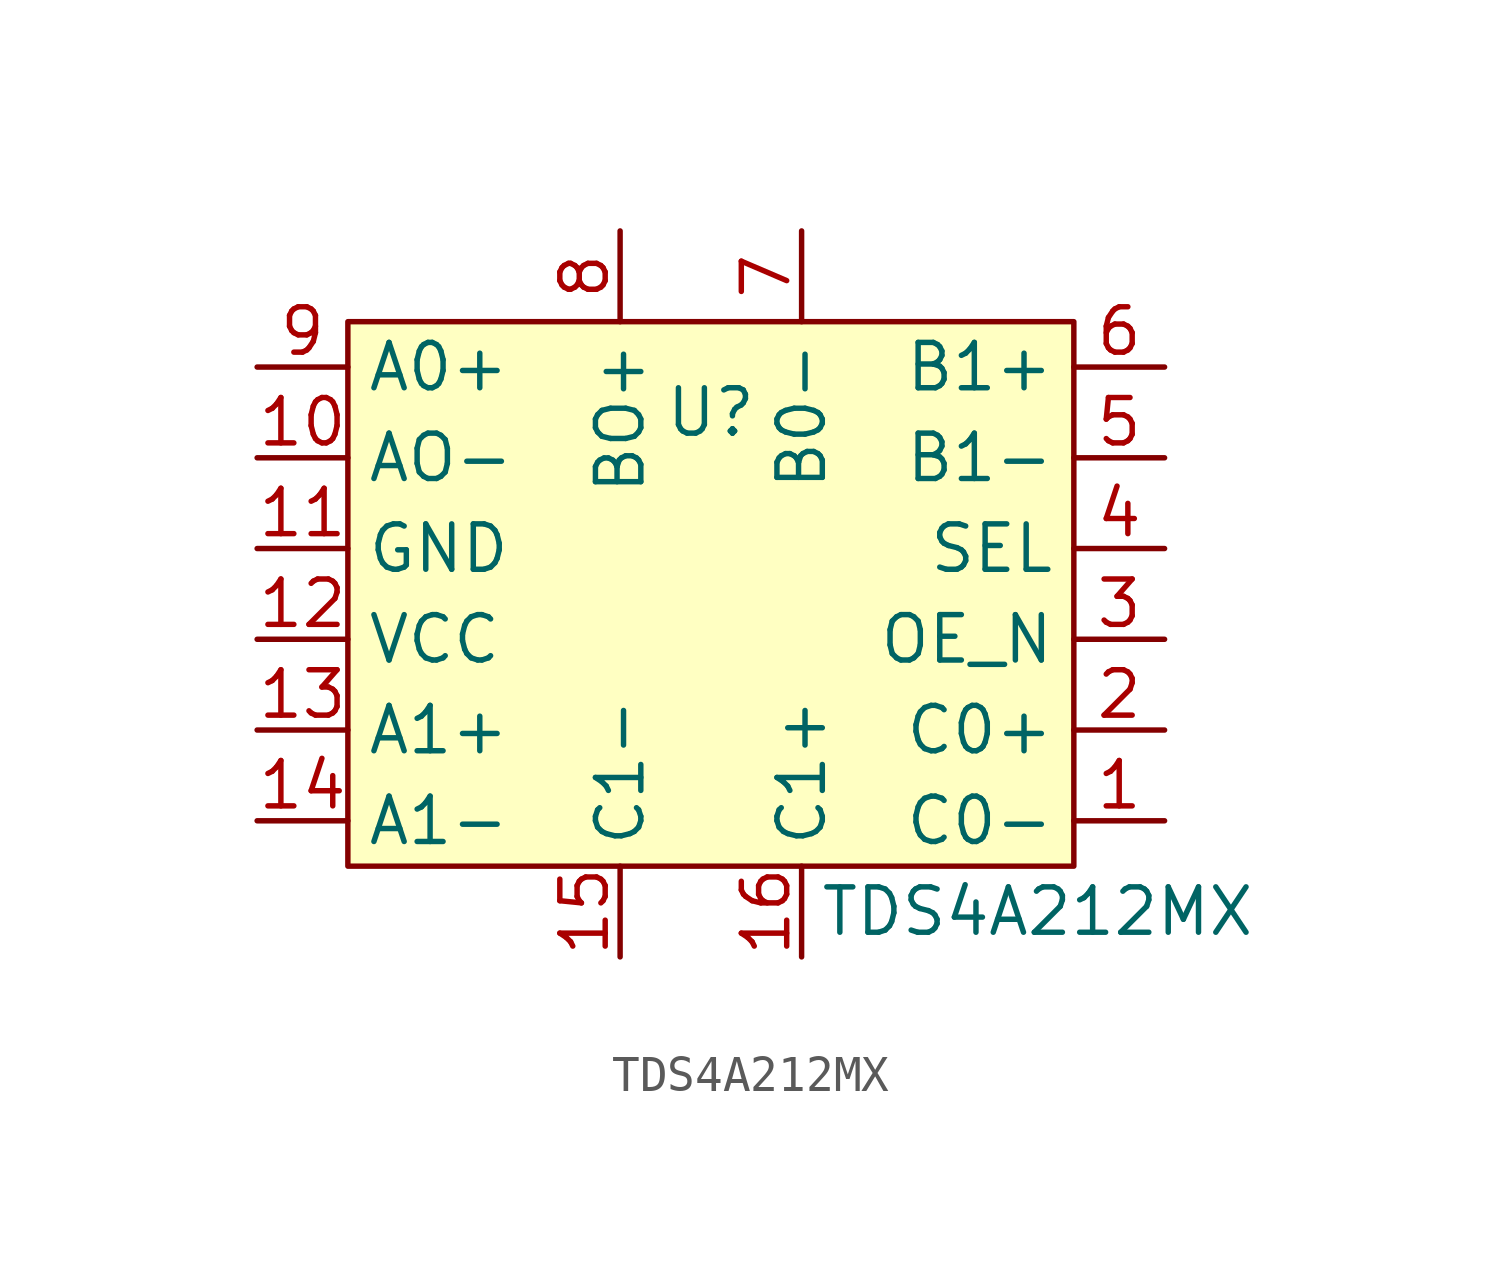
<source format=kicad_sym>
(kicad_symbol_lib
  (version 20241209)
  (generator "kicad_symbol_editor")
  (generator_version "9.0")
  (symbol "TDS4A212MX"
    (property "Reference" "U"
      (at 0 5.08 0)
      (effects (font (size 1.27 1.27))))
    (property "Value" "TDS4A212MX"
      (at 9.144 -8.89 0)
      (effects (font (size 1.27 1.27))))
    (symbol "TDS4A212MX_1_1"
      (rectangle (start -10.16 7.62) (end 10.16 -7.62) (stroke (width 0) (type solid)) (fill (type background)))
      (pin bidirectional line (at -12.7 6.35 0) (length 2.54) (name "A0+" (effects (font (size 1.27 1.27)))) (number "9" (effects (font (size 1.27 1.27)))))
      (pin bidirectional line (at -12.7 3.81 0) (length 2.54) (name "AO-" (effects (font (size 1.27 1.27)))) (number "10" (effects (font (size 1.27 1.27)))))
      (pin power_in line (at -12.7 1.27 0) (length 2.54) (name "GND" (effects (font (size 1.27 1.27)))) (number "11" (effects (font (size 1.27 1.27)))))
      (pin power_in line (at -12.7 -1.27 0) (length 2.54) (name "VCC" (effects (font (size 1.27 1.27)))) (number "12" (effects (font (size 1.27 1.27)))))
      (pin bidirectional line (at -12.7 -3.81 0) (length 2.54) (name "A1+" (effects (font (size 1.27 1.27)))) (number "13" (effects (font (size 1.27 1.27)))))
      (pin bidirectional line (at -12.7 -6.35 0) (length 2.54) (name "A1-" (effects (font (size 1.27 1.27)))) (number "14" (effects (font (size 1.27 1.27)))))
      (pin bidirectional line (at -2.54 10.16 270) (length 2.54) (name "BO+" (effects (font (size 1.27 1.27)))) (number "8" (effects (font (size 1.27 1.27)))))
      (pin bidirectional line (at -2.54 -10.16 90) (length 2.54) (name "C1-" (effects (font (size 1.27 1.27)))) (number "15" (effects (font (size 1.27 1.27)))))
      (pin bidirectional line (at 2.54 10.16 270) (length 2.54) (name "B0-" (effects (font (size 1.27 1.27)))) (number "7" (effects (font (size 1.27 1.27)))))
      (pin bidirectional line (at 2.54 -10.16 90) (length 2.54) (name "C1+" (effects (font (size 1.27 1.27)))) (number "16" (effects (font (size 1.27 1.27)))))
      (pin bidirectional line (at 12.7 6.35 180) (length 2.54) (name "B1+" (effects (font (size 1.27 1.27)))) (number "6" (effects (font (size 1.27 1.27)))))
      (pin bidirectional line (at 12.7 3.81 180) (length 2.54) (name "B1-" (effects (font (size 1.27 1.27)))) (number "5" (effects (font (size 1.27 1.27)))))
      (pin input line (at 12.7 1.27 180) (length 2.54) (name "SEL" (effects (font (size 1.27 1.27)))) (number "4" (effects (font (size 1.27 1.27)))))
      (pin input line (at 12.7 -1.27 180) (length 2.54) (name "OE_N" (effects (font (size 1.27 1.27)))) (number "3" (effects (font (size 1.27 1.27)))))
      (pin bidirectional line (at 12.7 -3.81 180) (length 2.54) (name "C0+" (effects (font (size 1.27 1.27)))) (number "2" (effects (font (size 1.27 1.27)))))
      (pin bidirectional line (at 12.7 -6.35 180) (length 2.54) (name "C0-" (effects (font (size 1.27 1.27)))) (number "1" (effects (font (size 1.27 1.27))))))))
</source>
